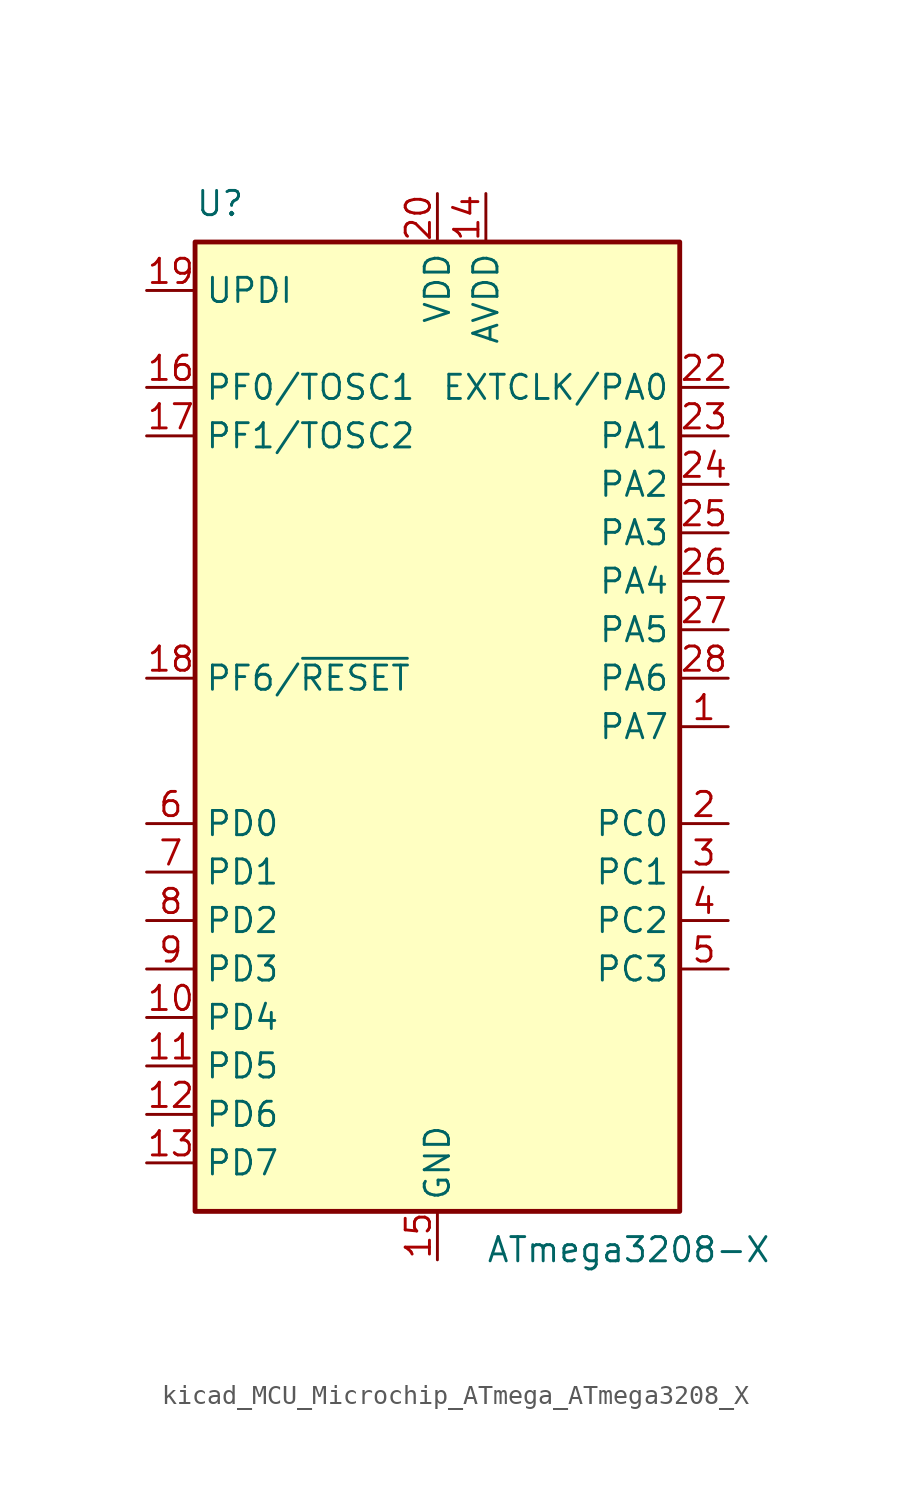
<source format=kicad_sym>
(kicad_symbol_lib
  (version 20220914)
  (generator kicad_symbol_editor)
  (symbol "kicad_MCU_Microchip_ATmega_ATmega3208_X"
    (property "Reference" "U"
      (at -12.7 26.67 0)
      (effects (font (size 1.27 1.27)) (justify left bottom)))
    (property "Value" "ATmega3208-X"
      (at 2.54 -26.67 0)
      (effects (font (size 1.27 1.27)) (justify left top)))
    (symbol "kicad_MCU_Microchip_ATmega_ATmega3208_X_0_1"
      (rectangle (start -12.7 -25.4) (end 12.7 25.4) (stroke (width 0.254) (type default)) (fill (type background))))
    (symbol "kicad_MCU_Microchip_ATmega_ATmega3208_X_1_1"
      (pin bidirectional line (at 15.24 0 180) (length 2.54) (name "PA7" (effects (font (size 1.27 1.27)))) (number "1" (effects (font (size 1.27 1.27)))))
      (pin bidirectional line (at -15.24 -15.24 0) (length 2.54) (name "PD4" (effects (font (size 1.27 1.27)))) (number "10" (effects (font (size 1.27 1.27)))))
      (pin bidirectional line (at -15.24 -17.78 0) (length 2.54) (name "PD5" (effects (font (size 1.27 1.27)))) (number "11" (effects (font (size 1.27 1.27)))))
      (pin bidirectional line (at -15.24 -20.32 0) (length 2.54) (name "PD6" (effects (font (size 1.27 1.27)))) (number "12" (effects (font (size 1.27 1.27)))))
      (pin bidirectional line (at -15.24 -22.86 0) (length 2.54) (name "PD7" (effects (font (size 1.27 1.27)))) (number "13" (effects (font (size 1.27 1.27)))))
      (pin power_in line (at 2.54 27.94 270) (length 2.54) (name "AVDD" (effects (font (size 1.27 1.27)))) (number "14" (effects (font (size 1.27 1.27)))))
      (pin power_in line (at 0 -27.94 90) (length 2.54) (name "GND" (effects (font (size 1.27 1.27)))) (number "15" (effects (font (size 1.27 1.27)))))
      (pin bidirectional line (at -15.24 17.78 0) (length 2.54) (name "PF0/TOSC1" (effects (font (size 1.27 1.27)))) (number "16" (effects (font (size 1.27 1.27)))))
      (pin bidirectional line (at -15.24 15.24 0) (length 2.54) (name "PF1/TOSC2" (effects (font (size 1.27 1.27)))) (number "17" (effects (font (size 1.27 1.27)))))
      (pin bidirectional line (at -15.24 2.54 0) (length 2.54) (name "PF6/~{RESET}" (effects (font (size 1.27 1.27)))) (number "18" (effects (font (size 1.27 1.27)))))
      (pin bidirectional line (at -15.24 22.86 0) (length 2.54) (name "UPDI" (effects (font (size 1.27 1.27)))) (number "19" (effects (font (size 1.27 1.27)))))
      (pin bidirectional line (at 15.24 -5.08 180) (length 2.54) (name "PC0" (effects (font (size 1.27 1.27)))) (number "2" (effects (font (size 1.27 1.27)))))
      (pin power_in line (at 0 27.94 270) (length 2.54) (name "VDD" (effects (font (size 1.27 1.27)))) (number "20" (effects (font (size 1.27 1.27)))))
      (pin passive line (at 0 -27.94 90) (length 2.54) hide (name "GND" (effects (font (size 1.27 1.27)))) (number "21" (effects (font (size 1.27 1.27)))))
      (pin bidirectional line (at 15.24 17.78 180) (length 2.54) (name "EXTCLK/PA0" (effects (font (size 1.27 1.27)))) (number "22" (effects (font (size 1.27 1.27)))))
      (pin bidirectional line (at 15.24 15.24 180) (length 2.54) (name "PA1" (effects (font (size 1.27 1.27)))) (number "23" (effects (font (size 1.27 1.27)))))
      (pin bidirectional line (at 15.24 12.7 180) (length 2.54) (name "PA2" (effects (font (size 1.27 1.27)))) (number "24" (effects (font (size 1.27 1.27)))))
      (pin bidirectional line (at 15.24 10.16 180) (length 2.54) (name "PA3" (effects (font (size 1.27 1.27)))) (number "25" (effects (font (size 1.27 1.27)))))
      (pin bidirectional line (at 15.24 7.62 180) (length 2.54) (name "PA4" (effects (font (size 1.27 1.27)))) (number "26" (effects (font (size 1.27 1.27)))))
      (pin bidirectional line (at 15.24 5.08 180) (length 2.54) (name "PA5" (effects (font (size 1.27 1.27)))) (number "27" (effects (font (size 1.27 1.27)))))
      (pin bidirectional line (at 15.24 2.54 180) (length 2.54) (name "PA6" (effects (font (size 1.27 1.27)))) (number "28" (effects (font (size 1.27 1.27)))))
      (pin bidirectional line (at 15.24 -7.62 180) (length 2.54) (name "PC1" (effects (font (size 1.27 1.27)))) (number "3" (effects (font (size 1.27 1.27)))))
      (pin bidirectional line (at 15.24 -10.16 180) (length 2.54) (name "PC2" (effects (font (size 1.27 1.27)))) (number "4" (effects (font (size 1.27 1.27)))))
      (pin bidirectional line (at 15.24 -12.7 180) (length 2.54) (name "PC3" (effects (font (size 1.27 1.27)))) (number "5" (effects (font (size 1.27 1.27)))))
      (pin bidirectional line (at -15.24 -5.08 0) (length 2.54) (name "PD0" (effects (font (size 1.27 1.27)))) (number "6" (effects (font (size 1.27 1.27)))))
      (pin bidirectional line (at -15.24 -7.62 0) (length 2.54) (name "PD1" (effects (font (size 1.27 1.27)))) (number "7" (effects (font (size 1.27 1.27)))))
      (pin bidirectional line (at -15.24 -10.16 0) (length 2.54) (name "PD2" (effects (font (size 1.27 1.27)))) (number "8" (effects (font (size 1.27 1.27)))))
      (pin bidirectional line (at -15.24 -12.7 0) (length 2.54) (name "PD3" (effects (font (size 1.27 1.27)))) (number "9" (effects (font (size 1.27 1.27))))))))
</source>
